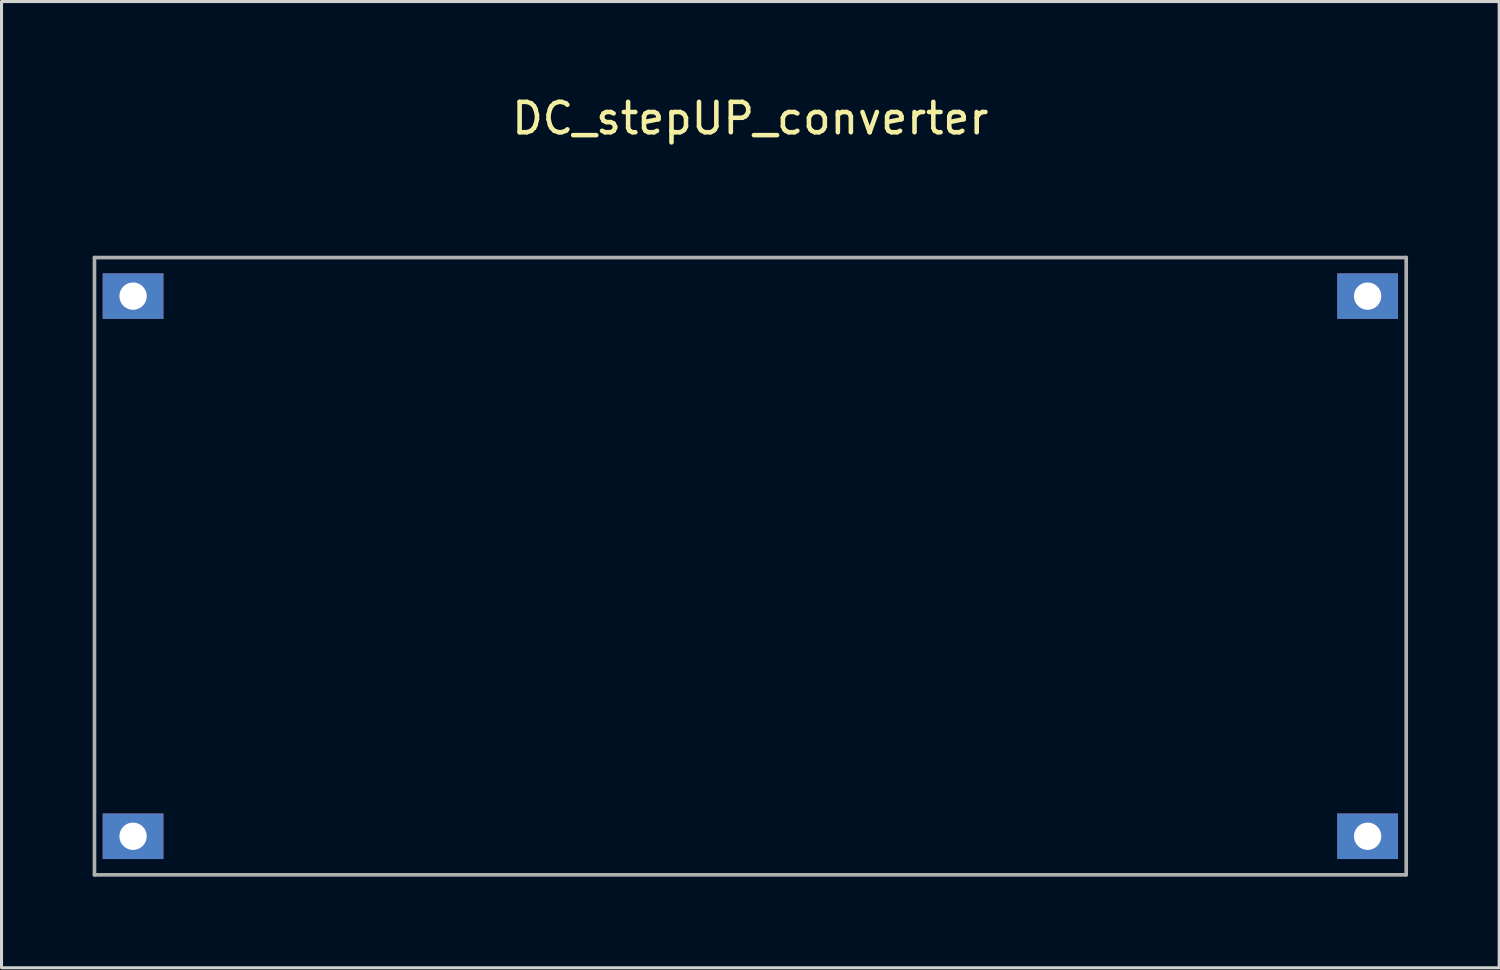
<source format=kicad_pcb>
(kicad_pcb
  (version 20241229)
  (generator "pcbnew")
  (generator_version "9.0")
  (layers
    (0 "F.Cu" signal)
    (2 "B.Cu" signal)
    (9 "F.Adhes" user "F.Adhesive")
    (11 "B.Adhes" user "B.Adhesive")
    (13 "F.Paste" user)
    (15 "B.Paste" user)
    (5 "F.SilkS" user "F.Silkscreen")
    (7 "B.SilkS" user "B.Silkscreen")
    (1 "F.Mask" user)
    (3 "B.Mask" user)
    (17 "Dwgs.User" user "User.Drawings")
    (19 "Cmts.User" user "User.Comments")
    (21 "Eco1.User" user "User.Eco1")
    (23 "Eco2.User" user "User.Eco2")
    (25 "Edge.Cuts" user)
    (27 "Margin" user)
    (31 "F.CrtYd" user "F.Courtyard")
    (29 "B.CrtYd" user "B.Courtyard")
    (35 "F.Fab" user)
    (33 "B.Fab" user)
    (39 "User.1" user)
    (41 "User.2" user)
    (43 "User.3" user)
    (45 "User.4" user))
  (footprint "DC_stepUP_converter"
    (layer "F.Cu")
    (at 21.65 0.348)
    (property "Reference" "DC_stepUP_converter" (at 0 0.5 0) (layer "F.SilkS") (effects (font (size 1 1) (thickness 0.15))))
    (attr through_hole)
    (fp_line (start -21.59 5.08) (end -21.59 25.4) (stroke (width 0.12) (type solid)) (layer "F.Fab"))
    (fp_line (start -21.59 25.4) (end 21.59 25.4) (stroke (width 0.12) (type solid)) (layer "F.Fab"))
    (fp_line (start 21.59 5.08) (end -21.59 5.08) (stroke (width 0.12) (type solid)) (layer "F.Fab"))
    (fp_line (start 21.59 25.4) (end 21.59 5.08) (stroke (width 0.12) (type solid)) (layer "F.Fab"))
    (pad "1" thru_hole rect (at -20.32 6.35) (size 2 1.5) (drill 0.9) (layers "*.Cu" "*.Mask"))
    (pad "2" thru_hole rect (at -20.32 24.13) (size 2 1.5) (drill 0.9) (layers "*.Cu" "*.Mask"))
    (pad "3" thru_hole rect (at 20.32 6.35) (size 2 1.5) (drill 0.9) (layers "*.Cu" "*.Mask"))
    (pad "4" thru_hole rect (at 20.32 24.13) (size 2 1.5) (drill 0.9) (layers "*.Cu" "*.Mask")))
  (gr_rect
    (start -3 -3)
    (end 46.3 28.808)
    (stroke (width 0.1) (type default))
    (fill no)
    (layer "Edge.Cuts")))
</source>
